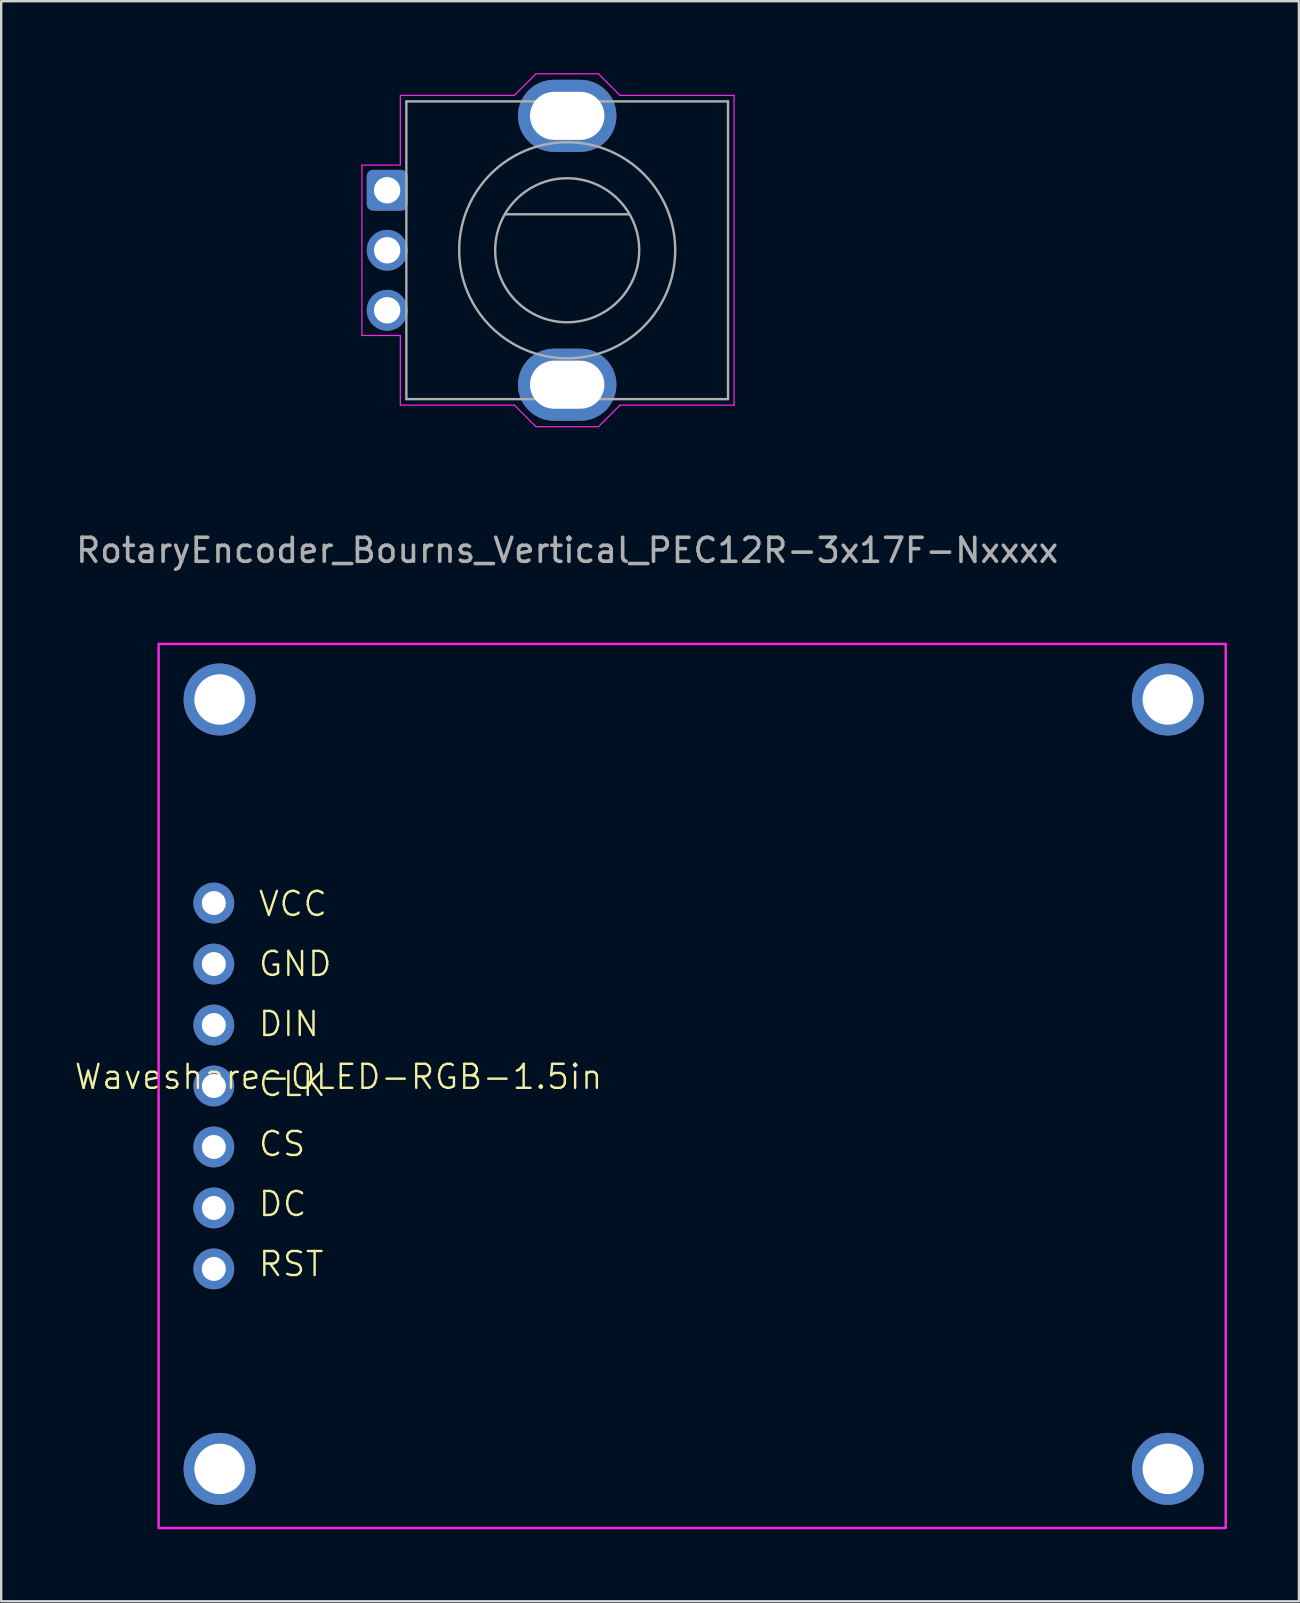
<source format=kicad_pcb>
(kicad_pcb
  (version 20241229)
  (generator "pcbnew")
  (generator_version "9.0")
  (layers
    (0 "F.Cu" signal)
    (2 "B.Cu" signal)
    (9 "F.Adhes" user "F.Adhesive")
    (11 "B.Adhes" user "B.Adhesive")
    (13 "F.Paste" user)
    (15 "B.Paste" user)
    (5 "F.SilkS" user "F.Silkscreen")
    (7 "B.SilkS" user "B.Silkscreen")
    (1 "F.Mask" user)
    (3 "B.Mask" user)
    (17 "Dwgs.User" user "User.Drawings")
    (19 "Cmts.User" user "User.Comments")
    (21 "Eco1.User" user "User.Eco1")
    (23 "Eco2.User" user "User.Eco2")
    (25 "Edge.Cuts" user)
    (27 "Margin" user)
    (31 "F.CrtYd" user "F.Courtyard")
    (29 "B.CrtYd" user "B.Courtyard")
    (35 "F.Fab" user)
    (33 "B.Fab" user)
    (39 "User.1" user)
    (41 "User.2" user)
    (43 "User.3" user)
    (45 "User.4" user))
  (footprint "Waveshare-OLED-RGB-1.5in"
    (layer "F.Cu")
    (at 6.157 42.188)
    (property "Reference" "Waveshare-OLED-RGB-1.5in" (at 4.893 -0.381 0) (unlocked yes) (layer "F.SilkS") (effects (font (size 1 1) (thickness 0.1))))
    (attr smd)
    (fp_rect (start 41.85 18.415) (end -2.6 -18.415) (stroke (width 0.1) (type default)) (fill no) (layer "F.CrtYd"))
    (fp_text user "GND" (at 1.5 -4.5 0) (unlocked yes) (layer "F.SilkS") (effects (font (size 1 1) (thickness 0.1)) (justify left bottom)))
    (fp_text user "DIN" (at 1.5 -2 0) (unlocked yes) (layer "F.SilkS") (effects (font (size 1 1) (thickness 0.1)) (justify left bottom)))
    (fp_text user "RST" (at 1.5 8 0) (unlocked yes) (layer "F.SilkS") (effects (font (size 1 1) (thickness 0.1)) (justify left bottom)))
    (fp_text user "VCC" (at 1.5 -7 0) (unlocked yes) (layer "F.SilkS") (effects (font (size 1 1) (thickness 0.1)) (justify left bottom)))
    (fp_text user "CS" (at 1.5 3 0) (unlocked yes) (layer "F.SilkS") (effects (font (size 1 1) (thickness 0.1)) (justify left bottom)))
    (fp_text user "DC" (at 1.5 5.5 0) (unlocked yes) (layer "F.SilkS") (effects (font (size 1 1) (thickness 0.1)) (justify left bottom)))
    (fp_text user "CLK" (at 1.5 0.5 0) (unlocked yes) (layer "F.SilkS") (effects (font (size 1 1) (thickness 0.1)) (justify left bottom)))
    (pad "" thru_hole circle (at -0.06 -16.1) (size 3 3) (drill 2.1) (layers "*.Cu" "*.Mask"))
    (pad "" thru_hole circle (at -0.06 15.95) (size 3 3) (drill 2.1) (layers "*.Cu" "*.Mask"))
    (pad "" thru_hole circle (at 39.44 -16.1) (size 3 3) (drill 2.1) (layers "*.Cu" "*.Mask"))
    (pad "" thru_hole circle (at 39.44 15.95) (size 3 3) (drill 2.1) (layers "*.Cu" "*.Mask"))
    (pad "1" thru_hole circle (at -0.3 7.62) (size 1.7 1.7) (drill 1) (layers "*.Cu" "*.Mask"))
    (pad "2" thru_hole oval (at -0.3 5.08) (size 1.7 1.7) (drill 1) (layers "*.Cu" "*.Mask"))
    (pad "3" thru_hole oval (at -0.3 2.54) (size 1.7 1.7) (drill 1) (layers "*.Cu" "*.Mask"))
    (pad "4" thru_hole oval (at -0.3 0) (size 1.7 1.7) (drill 1) (layers "*.Cu" "*.Mask"))
    (pad "5" thru_hole oval (at -0.3 -2.54) (size 1.7 1.7) (drill 1) (layers "*.Cu" "*.Mask"))
    (pad "6" thru_hole oval (at -0.3 -5.08) (size 1.7 1.7) (drill 1) (layers "*.Cu" "*.Mask"))
    (pad "7" thru_hole oval (at -0.3 -7.62) (size 1.7 1.7) (drill 1) (layers "*.Cu" "*.Mask")))
  (footprint "RotaryEncoder_Bourns_Vertical_PEC12R-3x17F-Nxxxx"
    (layer "F.Cu")
    (at 20.577 7.375)
    (property "Reference" "RotaryEncoder_Bourns_Vertical_PEC12R-3x17F-Nxxxx" (at 0 9.5 0) (unlocked yes) (layer "User.1") (effects (font (size 1 1) (thickness 0.15))))
    (attr smd)
    (fp_line (start -8.55 -3.55) (end -6.95 -3.55) (stroke (width 0.05) (type solid)) (layer "F.CrtYd"))
    (fp_line (start -8.55 3.55) (end -8.55 -3.55) (stroke (width 0.05) (type solid)) (layer "F.CrtYd"))
    (fp_line (start -6.95 -6.45) (end -2.2 -6.45) (stroke (width 0.05) (type solid)) (layer "F.CrtYd"))
    (fp_line (start -6.95 -3.55) (end -6.95 -6.45) (stroke (width 0.05) (type solid)) (layer "F.CrtYd"))
    (fp_line (start -6.95 3.55) (end -8.55 3.55) (stroke (width 0.05) (type solid)) (layer "F.CrtYd"))
    (fp_line (start -6.95 6.45) (end -6.95 3.55) (stroke (width 0.05) (type solid)) (layer "F.CrtYd"))
    (fp_line (start -2.2 -6.45) (end -1.3 -7.35) (stroke (width 0.05) (type solid)) (layer "F.CrtYd"))
    (fp_line (start -2.2 6.45) (end -6.95 6.45) (stroke (width 0.05) (type solid)) (layer "F.CrtYd"))
    (fp_line (start -2.2 6.45) (end -1.3 7.35) (stroke (width 0.05) (type solid)) (layer "F.CrtYd"))
    (fp_line (start -1.3 -7.35) (end 1.3 -7.35) (stroke (width 0.05) (type solid)) (layer "F.CrtYd"))
    (fp_line (start 1.3 7.35) (end -1.3 7.35) (stroke (width 0.05) (type solid)) (layer "F.CrtYd"))
    (fp_line (start 2.2 -6.45) (end 1.3 -7.35) (stroke (width 0.05) (type solid)) (layer "F.CrtYd"))
    (fp_line (start 2.2 -6.45) (end 6.95 -6.45) (stroke (width 0.05) (type solid)) (layer "F.CrtYd"))
    (fp_line (start 2.2 6.45) (end 1.3 7.35) (stroke (width 0.05) (type solid)) (layer "F.CrtYd"))
    (fp_line (start 6.95 -6.45) (end 6.95 6.45) (stroke (width 0.05) (type solid)) (layer "F.CrtYd"))
    (fp_line (start 6.95 6.45) (end 2.2 6.45) (stroke (width 0.05) (type solid)) (layer "F.CrtYd"))
    (fp_line (start -6.7 -6.2) (end -6.7 6.2) (stroke (width 0.1) (type solid)) (layer "F.Fab"))
    (fp_line (start -6.7 6.2) (end 6.7 6.2) (stroke (width 0.1) (type solid)) (layer "F.Fab"))
    (fp_line (start -2.59 -1.5) (end 2.59 -1.5) (stroke (width 0.1) (type default)) (layer "F.Fab"))
    (fp_line (start 6.7 -6.2) (end -6.7 -6.2) (stroke (width 0.1) (type solid)) (layer "F.Fab"))
    (fp_line (start 6.7 6.2) (end 6.7 -6.2) (stroke (width 0.1) (type solid)) (layer "F.Fab"))
    (fp_circle (center 0 0) (end 3 0) (stroke (width 0.1) (type solid)) (fill no) (layer "F.Fab"))
    (fp_circle (center 0 0) (end 4.5 0) (stroke (width 0.1) (type default)) (fill no) (layer "F.Fab"))
    (fp_line (start -6.81 -6.31) (end -2.2 -6.31) (stroke (width 0.12) (type solid)) (layer "User.1"))
    (fp_line (start -6.81 -3.55) (end -6.81 -6.31) (stroke (width 0.12) (type solid)) (layer "User.1"))
    (fp_line (start -6.81 -1.45) (end -6.81 -0.85) (stroke (width 0.12) (type solid)) (layer "User.1"))
    (fp_line (start -6.81 0.85) (end -6.81 1.65) (stroke (width 0.12) (type solid)) (layer "User.1"))
    (fp_line (start -6.81 3.35) (end -6.81 6.31) (stroke (width 0.12) (type solid)) (layer "User.1"))
    (fp_line (start -2.2 6.31) (end -6.81 6.31) (stroke (width 0.12) (type solid)) (layer "User.1"))
    (fp_line (start 2.2 -6.3) (end 6.81 -6.3) (stroke (width 0.12) (type solid)) (layer "User.1"))
    (fp_line (start 6.81 -6.3) (end 6.81 6.31) (stroke (width 0.12) (type solid)) (layer "User.1"))
    (fp_line (start 6.81 6.31) (end 2.2 6.31) (stroke (width 0.12) (type solid)) (layer "User.1"))
    (fp_text user "${REFERENCE}" (at 0 12.5 0) (unlocked yes) (layer "F.Fab") (effects (font (size 1 1) (thickness 0.15))))
    (pad "A" thru_hole roundrect (at -7.5 -2.5) (size 1.7 1.7) (drill 1.1) (layers "*.Cu" "*.Mask") (roundrect_rratio 0.156))
    (pad "B" thru_hole circle (at -7.5 2.5) (size 1.7 1.7) (drill 1.1) (layers "*.Cu" "*.Mask"))
    (pad "C" thru_hole circle (at -7.5 0) (size 1.7 1.7) (drill 1.1) (layers "*.Cu" "*.Mask"))
    (pad "SH" thru_hole oval (at 0 -5.6) (size 4.1 3) (drill oval 3.1 2) (layers "*.Cu" "*.Mask"))
    (pad "SH" thru_hole oval (at 0 5.6) (size 4.1 3) (drill oval 3.1 2) (layers "*.Cu" "*.Mask")))
  (gr_rect
    (start -3 -3)
    (end 51.057 63.653)
    (stroke (width 0.1) (type default))
    (fill no)
    (layer "Edge.Cuts")))
</source>
